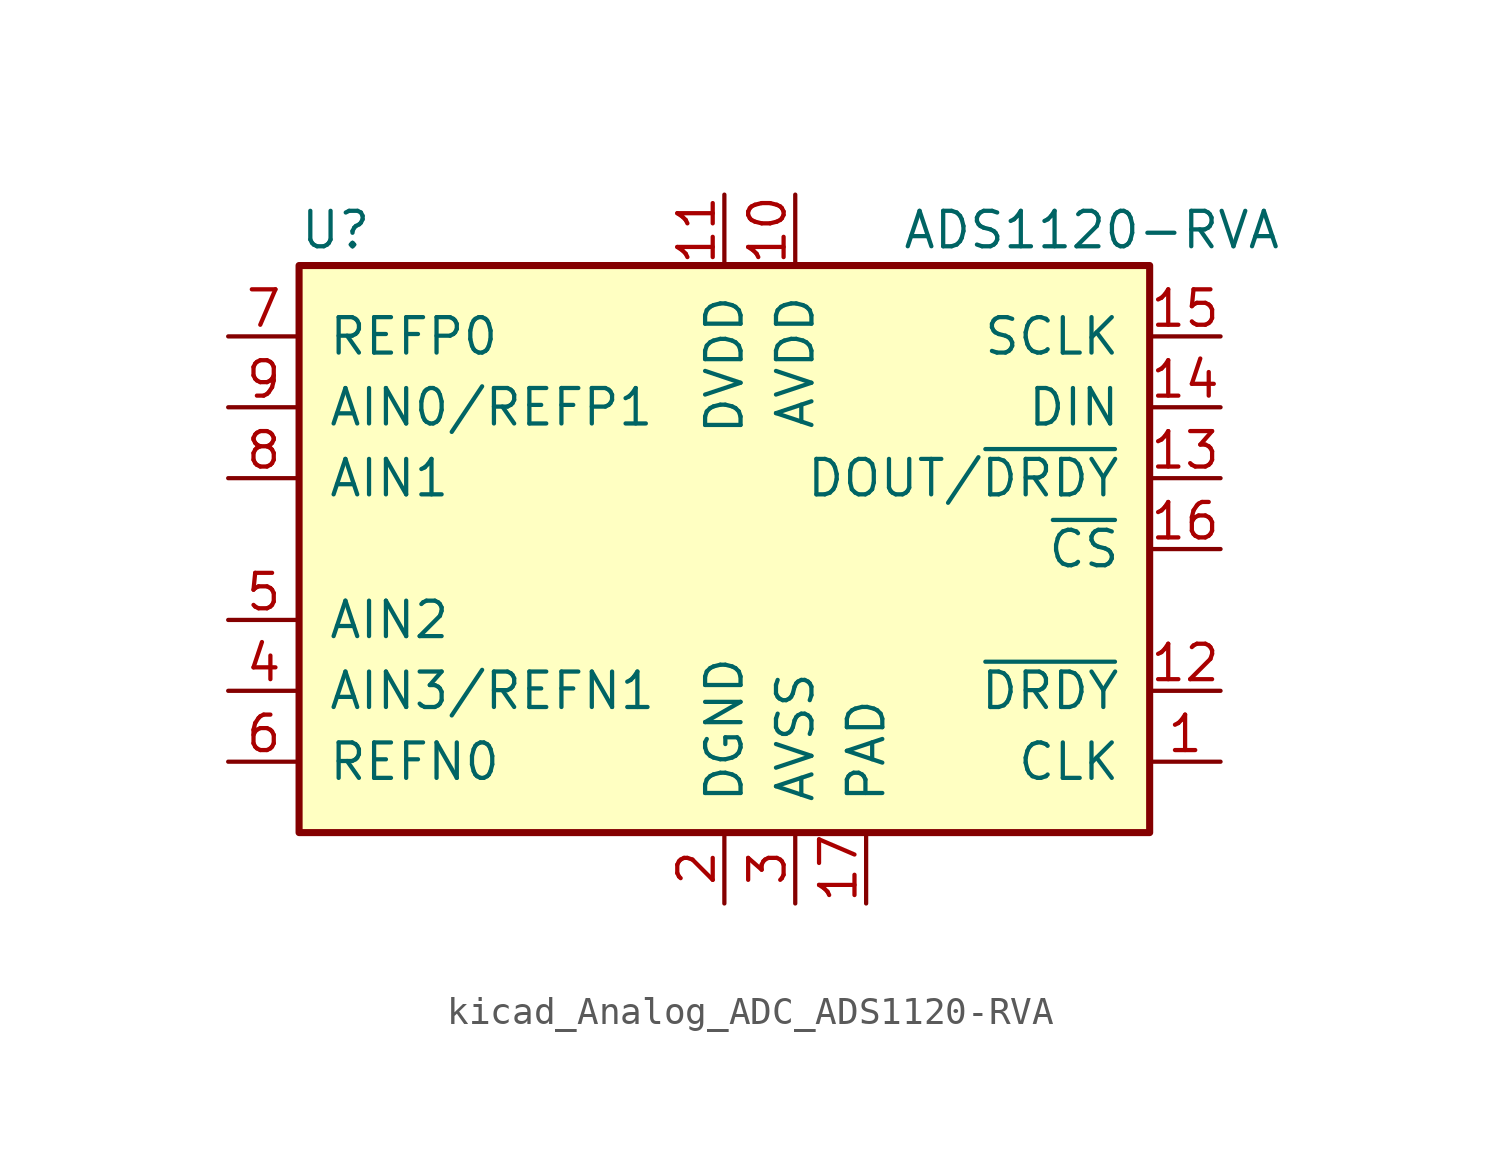
<source format=kicad_sym>
(kicad_symbol_lib
  (version 20220914)
  (generator kicad_symbol_editor)
  (symbol "kicad_Analog_ADC_ADS1120-RVA"
    (pin_names
      (offset 1.016))
    (property "Reference" "U"
      (at -15.24 11.43 0)
      (effects (font (size 1.27 1.27)) (justify left)))
    (property "Value" "ADS1120-RVA"
      (at 6.35 11.43 0)
      (effects (font (size 1.27 1.27)) (justify left)))
    (symbol "kicad_Analog_ADC_ADS1120-RVA_0_1"
      (rectangle (start -15.24 10.16) (end 15.24 -10.16) (stroke (width 0.254) (type default)) (fill (type background))))
    (symbol "kicad_Analog_ADC_ADS1120-RVA_1_1"
      (pin input line (at 17.78 -7.62 180) (length 2.54) (name "CLK" (effects (font (size 1.27 1.27)))) (number "1" (effects (font (size 1.27 1.27)))))
      (pin power_in line (at 2.54 12.7 270) (length 2.54) (name "AVDD" (effects (font (size 1.27 1.27)))) (number "10" (effects (font (size 1.27 1.27)))))
      (pin power_in line (at 0 12.7 270) (length 2.54) (name "DVDD" (effects (font (size 1.27 1.27)))) (number "11" (effects (font (size 1.27 1.27)))))
      (pin output line (at 17.78 -5.08 180) (length 2.54) (name "~{DRDY}" (effects (font (size 1.27 1.27)))) (number "12" (effects (font (size 1.27 1.27)))))
      (pin output line (at 17.78 2.54 180) (length 2.54) (name "DOUT/~{DRDY}" (effects (font (size 1.27 1.27)))) (number "13" (effects (font (size 1.27 1.27)))))
      (pin input line (at 17.78 5.08 180) (length 2.54) (name "DIN" (effects (font (size 1.27 1.27)))) (number "14" (effects (font (size 1.27 1.27)))))
      (pin input line (at 17.78 7.62 180) (length 2.54) (name "SCLK" (effects (font (size 1.27 1.27)))) (number "15" (effects (font (size 1.27 1.27)))))
      (pin input line (at 17.78 0 180) (length 2.54) (name "~{CS}" (effects (font (size 1.27 1.27)))) (number "16" (effects (font (size 1.27 1.27)))))
      (pin passive line (at 5.08 -12.7 90) (length 2.54) (name "PAD" (effects (font (size 1.27 1.27)))) (number "17" (effects (font (size 1.27 1.27)))))
      (pin power_in line (at 0 -12.7 90) (length 2.54) (name "DGND" (effects (font (size 1.27 1.27)))) (number "2" (effects (font (size 1.27 1.27)))))
      (pin power_in line (at 2.54 -12.7 90) (length 2.54) (name "AVSS" (effects (font (size 1.27 1.27)))) (number "3" (effects (font (size 1.27 1.27)))))
      (pin input line (at -17.78 -5.08 0) (length 2.54) (name "AIN3/REFN1" (effects (font (size 1.27 1.27)))) (number "4" (effects (font (size 1.27 1.27)))))
      (pin input line (at -17.78 -2.54 0) (length 2.54) (name "AIN2" (effects (font (size 1.27 1.27)))) (number "5" (effects (font (size 1.27 1.27)))))
      (pin input line (at -17.78 -7.62 0) (length 2.54) (name "REFN0" (effects (font (size 1.27 1.27)))) (number "6" (effects (font (size 1.27 1.27)))))
      (pin input line (at -17.78 7.62 0) (length 2.54) (name "REFP0" (effects (font (size 1.27 1.27)))) (number "7" (effects (font (size 1.27 1.27)))))
      (pin input line (at -17.78 2.54 0) (length 2.54) (name "AIN1" (effects (font (size 1.27 1.27)))) (number "8" (effects (font (size 1.27 1.27)))))
      (pin input line (at -17.78 5.08 0) (length 2.54) (name "AIN0/REFP1" (effects (font (size 1.27 1.27)))) (number "9" (effects (font (size 1.27 1.27))))))))
</source>
